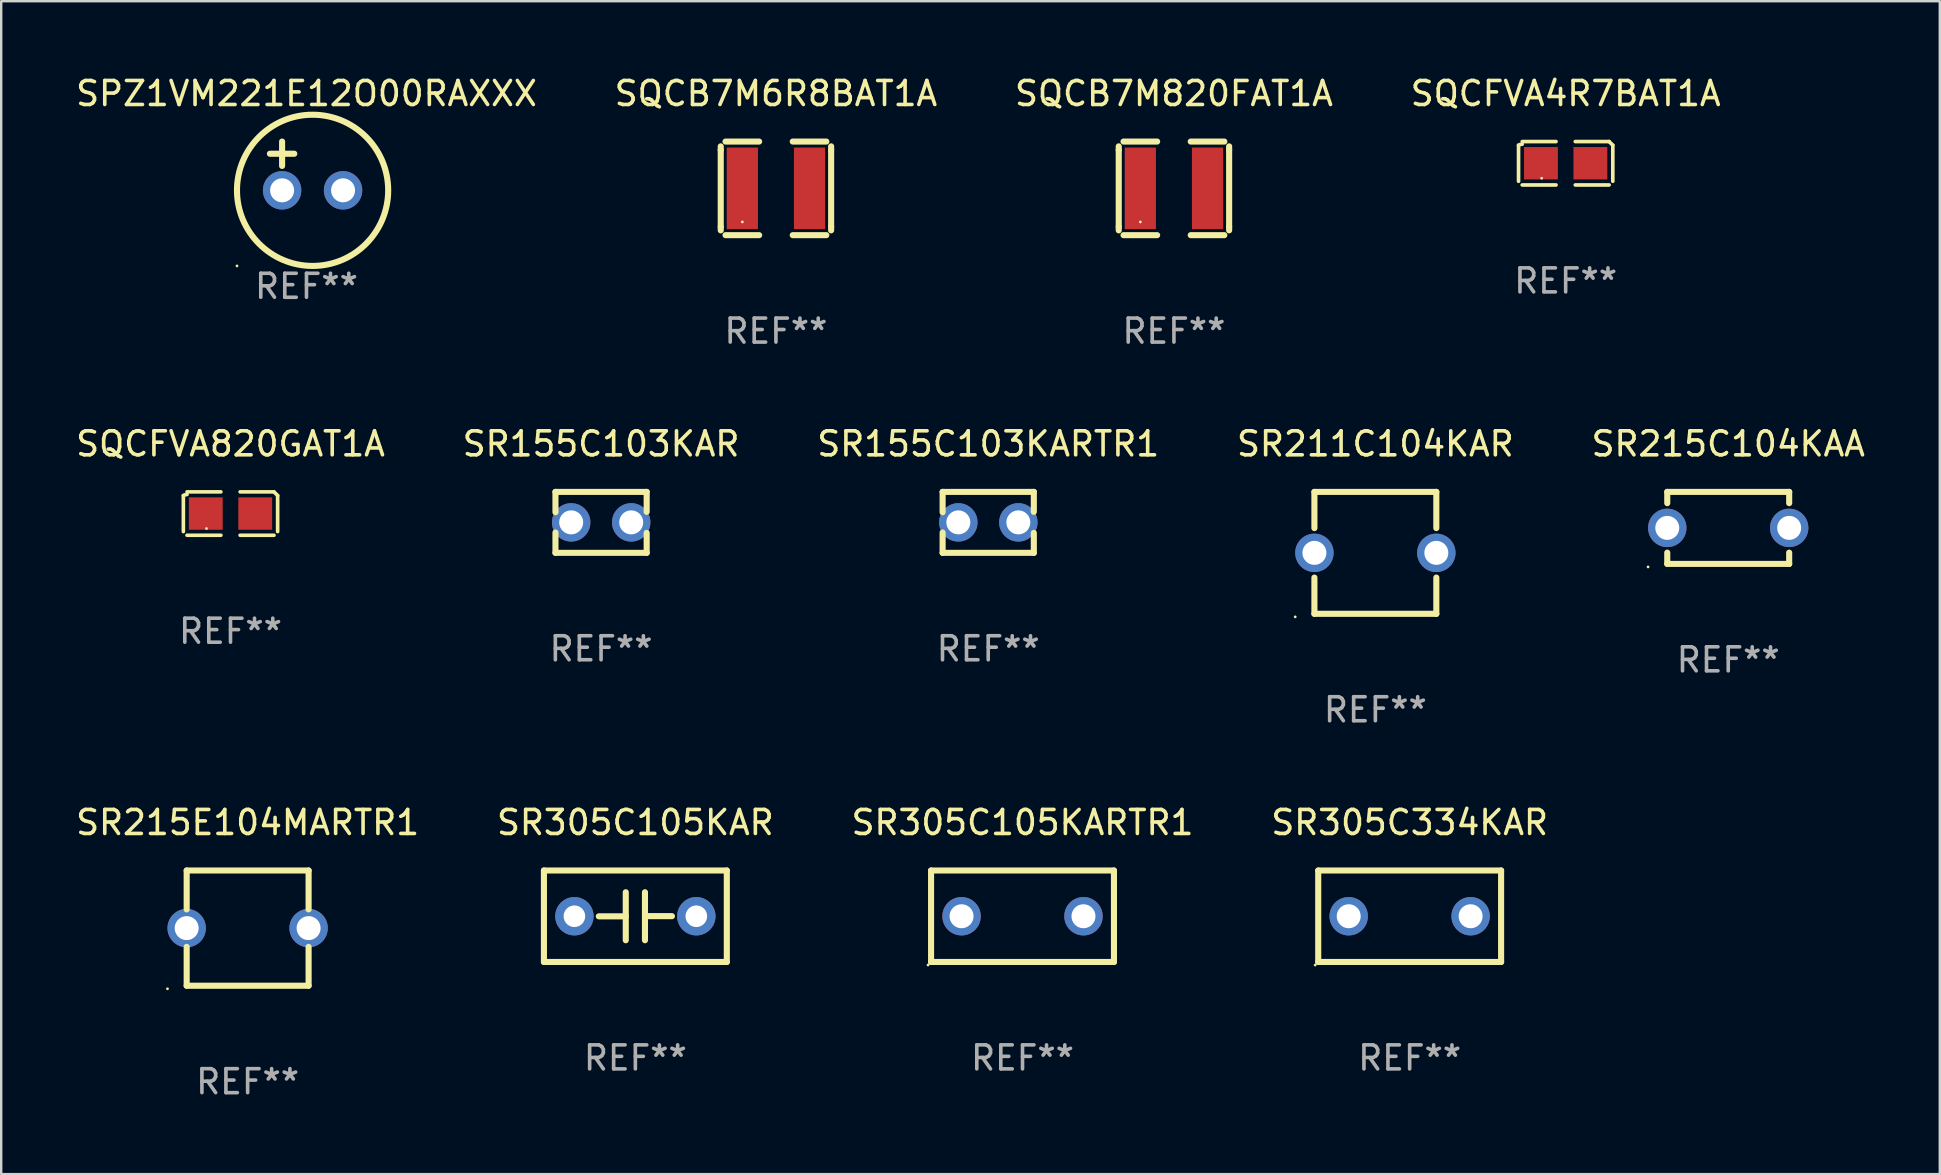
<source format=kicad_pcb>
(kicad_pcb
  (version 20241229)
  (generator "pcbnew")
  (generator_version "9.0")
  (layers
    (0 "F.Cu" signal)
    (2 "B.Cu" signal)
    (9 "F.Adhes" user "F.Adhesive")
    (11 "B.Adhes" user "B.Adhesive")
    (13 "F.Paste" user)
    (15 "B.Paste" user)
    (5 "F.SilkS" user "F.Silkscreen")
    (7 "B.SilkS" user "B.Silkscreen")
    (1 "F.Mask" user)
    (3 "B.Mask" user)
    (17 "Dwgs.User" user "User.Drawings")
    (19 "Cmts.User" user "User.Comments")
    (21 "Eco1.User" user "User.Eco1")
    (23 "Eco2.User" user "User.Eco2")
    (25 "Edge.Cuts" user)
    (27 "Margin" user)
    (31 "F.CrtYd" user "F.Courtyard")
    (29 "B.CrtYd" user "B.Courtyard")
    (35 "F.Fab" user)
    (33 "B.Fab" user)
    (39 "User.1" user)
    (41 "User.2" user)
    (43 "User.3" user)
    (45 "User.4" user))
  (footprint "SQCFVA4R7BAT1A"
    (layer "F.Cu")
    (at 62.185 3.752)
    (property "Reference" "SQCFVA4R7BAT1A" (at 0 -2.904 0) (layer "F.SilkS") (effects (font (size 1 1) (thickness 0.15))))
    (attr through_hole)
    (fp_line (start -1.964 0.751) (end -1.964 -0.751) (stroke (width 0.152) (type solid)) (layer "F.SilkS"))
    (fp_line (start -1.811 -0.904) (end -0.401 -0.904) (stroke (width 0.152) (type solid)) (layer "F.SilkS"))
    (fp_line (start -0.401 0.904) (end -1.811 0.904) (stroke (width 0.152) (type solid)) (layer "F.SilkS"))
    (fp_line (start 0.401 0.904) (end 1.811 0.904) (stroke (width 0.152) (type solid)) (layer "F.SilkS"))
    (fp_line (start 1.811 -0.904) (end 0.401 -0.904) (stroke (width 0.152) (type solid)) (layer "F.SilkS"))
    (fp_line (start 1.964 0.751) (end 1.964 -0.751) (stroke (width 0.152) (type solid)) (layer "F.SilkS"))
    (fp_arc (start -1.963602 -0.751207) (mid -1.890354 -0.783131) (end -1.811201 -0.794044) (stroke (width 0.1524) (type solid)) (layer "F.SilkS"))
    (fp_arc (start 1.811202 -0.903607) (mid 1.887413 -0.827418) (end 1.963602 -0.751207) (stroke (width 0.1524) (type solid)) (layer "F.SilkS"))
    (fp_circle (center -1 0.625) (end -0.97 0.625) (stroke (width 0.06) (type solid)) (fill no) (layer "F.SilkS"))
    (fp_text user "REF**" (at 0 4.904 0) (layer "F.Fab") (effects (font (size 1 1) (thickness 0.15))))
    (pad "1" smd rect (at -1.03 0) (size 1.41 1.35) (layers "F.Cu" "F.Mask" "F.Paste"))
    (pad "2" smd rect (at 1.03 0) (size 1.41 1.35) (layers "F.Cu" "F.Mask" "F.Paste")))
  (footprint "SR155C103KARTR1"
    (layer "F.Cu")
    (at 38.125 18.715)
    (property "Reference" "SR155C103KARTR1" (at 0 -3.27 0) (layer "F.SilkS") (effects (font (size 1 1) (thickness 0.15))))
    (attr through_hole)
    (fp_line (start -1.9 -1.27) (end -1.9 -0.423) (stroke (width 0.254) (type solid)) (layer "F.SilkS"))
    (fp_line (start -1.9 -1.27) (end 1.9 -1.27) (stroke (width 0.254) (type solid)) (layer "F.SilkS"))
    (fp_line (start -1.9 0.423) (end -1.9 1.27) (stroke (width 0.254) (type solid)) (layer "F.SilkS"))
    (fp_line (start -1.9 1.27) (end 1.9 1.27) (stroke (width 0.254) (type solid)) (layer "F.SilkS"))
    (fp_line (start 1.9 -1.27) (end 1.9 -0.439) (stroke (width 0.254) (type solid)) (layer "F.SilkS"))
    (fp_line (start 1.9 0.439) (end 1.9 1.27) (stroke (width 0.254) (type solid)) (layer "F.SilkS"))
    (fp_circle (center -1.895 1.25) (end -1.865 1.25) (stroke (width 0.06) (type solid)) (fill no) (layer "F.SilkS"))
    (fp_text user "REF**" (at 0 5.27 0) (layer "F.Fab") (effects (font (size 1 1) (thickness 0.15))))
    (pad "1" thru_hole circle (at -1.245 0) (size 1.6 1.6) (drill 1) (layers "*.Cu" "*.Mask"))
    (pad "2" thru_hole circle (at 1.255 0) (size 1.6 1.6) (drill 1) (layers "*.Cu" "*.Mask")))
  (footprint "SR305C105KAR"
    (layer "F.Cu")
    (at 23.423 35.126)
    (property "Reference" "SR305C105KAR" (at 0 -3.905 0) (layer "F.SilkS") (effects (font (size 1 1) (thickness 0.15))))
    (attr through_hole)
    (fp_line (start -3.81 -1.905) (end 3.81 -1.905) (stroke (width 0.254) (type solid)) (layer "F.SilkS"))
    (fp_line (start -3.81 1.905) (end -3.81 -1.905) (stroke (width 0.254) (type solid)) (layer "F.SilkS"))
    (fp_line (start -0.4 -1) (end -0.4 1) (stroke (width 0.254) (type solid)) (layer "F.SilkS"))
    (fp_line (start -0.4 0.004) (end -1.524 0.004) (stroke (width 0.254) (type solid)) (layer "F.SilkS"))
    (fp_line (start 0.4 -0.004) (end 1.524 -0.004) (stroke (width 0.254) (type solid)) (layer "F.SilkS"))
    (fp_line (start 0.4 1) (end 0.4 -1) (stroke (width 0.254) (type solid)) (layer "F.SilkS"))
    (fp_line (start 3.81 -1.905) (end 3.81 1.905) (stroke (width 0.254) (type solid)) (layer "F.SilkS"))
    (fp_line (start 3.81 1.905) (end -3.81 1.905) (stroke (width 0.254) (type solid)) (layer "F.SilkS"))
    (fp_circle (center -3.8 1.9) (end -3.77 1.9) (stroke (width 0.06) (type solid)) (fill no) (layer "F.SilkS"))
    (fp_text user "REF**" (at 0 5.905 0) (layer "F.Fab") (effects (font (size 1 1) (thickness 0.15))))
    (pad "1" thru_hole circle (at -2.54 0) (size 1.6 1.6) (drill 0.9) (layers "*.Cu" "*.Mask"))
    (pad "2" thru_hole circle (at 2.54 0) (size 1.6 1.6) (drill 0.9) (layers "*.Cu" "*.Mask")))
  (footprint "SQCB7M6R8BAT1A"
    (layer "F.Cu")
    (at 29.28 4.798)
    (property "Reference" "SQCB7M6R8BAT1A" (at 0 -3.95 0) (layer "F.SilkS") (effects (font (size 1 1) (thickness 0.15))))
    (attr through_hole)
    (fp_line (start -2.3 -1.75) (end -2.3 -1.6) (stroke (width 0.254) (type solid)) (layer "F.SilkS"))
    (fp_line (start -2.3 -1.6) (end -2.3 1.6) (stroke (width 0.254) (type solid)) (layer "F.SilkS"))
    (fp_line (start -2.3 1.75) (end -2.3 1.6) (stroke (width 0.254) (type solid)) (layer "F.SilkS"))
    (fp_line (start -0.7 -1.95) (end -2.1 -1.95) (stroke (width 0.254) (type solid)) (layer "F.SilkS"))
    (fp_line (start -0.7 1.95) (end -2.1 1.95) (stroke (width 0.254) (type solid)) (layer "F.SilkS"))
    (fp_line (start 0.7 -1.95) (end 2.1 -1.95) (stroke (width 0.254) (type solid)) (layer "F.SilkS"))
    (fp_line (start 0.7 1.95) (end 2.1 1.95) (stroke (width 0.254) (type solid)) (layer "F.SilkS"))
    (fp_line (start 2.3 1.75) (end 2.3 1.6) (stroke (width 0.254) (type solid)) (layer "F.SilkS"))
    (fp_line (start 2.3 -1.75) (end 2.3 -1.6) (stroke (width 0.254) (type solid)) (layer "F.SilkS"))
    (fp_line (start 2.3 -1.6) (end 2.3 1.6) (stroke (width 0.254) (type solid)) (layer "F.SilkS"))
    (fp_circle (center -1.4 1.4) (end -1.37 1.4) (stroke (width 0.06) (type solid)) (fill no) (layer "F.SilkS"))
    (fp_text user "REF**" (at 0 5.95 0) (layer "F.Fab") (effects (font (size 1 1) (thickness 0.15))))
    (pad "1" smd rect (at -1.4 0 90) (size 3.4 1.3) (layers "F.Cu" "F.Mask" "F.Paste"))
    (pad "2" smd rect (at 1.4 0 90) (size 3.4 1.3) (layers "F.Cu" "F.Mask" "F.Paste")))
  (footprint "SR155C103KAR"
    (layer "F.Cu")
    (at 21.994 18.715)
    (property "Reference" "SR155C103KAR" (at 0 -3.27 0) (layer "F.SilkS") (effects (font (size 1 1) (thickness 0.15))))
    (attr through_hole)
    (fp_line (start -1.9 -1.27) (end -1.9 -0.423) (stroke (width 0.254) (type solid)) (layer "F.SilkS"))
    (fp_line (start -1.9 -1.27) (end 1.9 -1.27) (stroke (width 0.254) (type solid)) (layer "F.SilkS"))
    (fp_line (start -1.9 0.423) (end -1.9 1.27) (stroke (width 0.254) (type solid)) (layer "F.SilkS"))
    (fp_line (start -1.9 1.27) (end 1.9 1.27) (stroke (width 0.254) (type solid)) (layer "F.SilkS"))
    (fp_line (start 1.9 -1.27) (end 1.9 -0.439) (stroke (width 0.254) (type solid)) (layer "F.SilkS"))
    (fp_line (start 1.9 0.439) (end 1.9 1.27) (stroke (width 0.254) (type solid)) (layer "F.SilkS"))
    (fp_circle (center -1.895 1.25) (end -1.865 1.25) (stroke (width 0.06) (type solid)) (fill no) (layer "F.SilkS"))
    (fp_text user "REF**" (at 0 5.27 0) (layer "F.Fab") (effects (font (size 1 1) (thickness 0.15))))
    (pad "1" thru_hole circle (at -1.245 0) (size 1.6 1.6) (drill 1) (layers "*.Cu" "*.Mask"))
    (pad "2" thru_hole circle (at 1.255 0) (size 1.6 1.6) (drill 1) (layers "*.Cu" "*.Mask")))
  (footprint "SR215C104KAA"
    (layer "F.Cu")
    (at 68.958 18.945)
    (property "Reference" "SR215C104KAA" (at 0 -3.5 0) (layer "F.SilkS") (effects (font (size 1 1) (thickness 0.15))))
    (attr through_hole)
    (fp_line (start -2.54 -1.5) (end -2.54 -1.031) (stroke (width 0.254) (type solid)) (layer "F.SilkS"))
    (fp_line (start -2.54 -1.5) (end 2.54 -1.5) (stroke (width 0.254) (type solid)) (layer "F.SilkS"))
    (fp_line (start -2.54 1.031) (end -2.54 1.5) (stroke (width 0.254) (type solid)) (layer "F.SilkS"))
    (fp_line (start -2.54 1.5) (end 2.54 1.5) (stroke (width 0.254) (type solid)) (layer "F.SilkS"))
    (fp_line (start 2.54 -1.5) (end 2.54 -1.031) (stroke (width 0.254) (type solid)) (layer "F.SilkS"))
    (fp_line (start 2.54 1.031) (end 2.54 1.5) (stroke (width 0.254) (type solid)) (layer "F.SilkS"))
    (fp_circle (center -3.34 1.627) (end -3.31 1.627) (stroke (width 0.06) (type solid)) (fill no) (layer "F.SilkS"))
    (fp_text user "REF**" (at 0 5.5 0) (layer "F.Fab") (effects (font (size 1 1) (thickness 0.15))))
    (pad "1" thru_hole circle (at -2.54 0) (size 1.6 1.6) (drill 1) (layers "*.Cu" "*.Mask"))
    (pad "2" thru_hole circle (at 2.54 0) (size 1.6 1.6) (drill 1) (layers "*.Cu" "*.Mask")))
  (footprint "SQCB7M820FAT1A"
    (layer "F.Cu")
    (at 45.863 4.798)
    (property "Reference" "SQCB7M820FAT1A" (at 0 -3.95 0) (layer "F.SilkS") (effects (font (size 1 1) (thickness 0.15))))
    (attr through_hole)
    (fp_line (start -2.3 -1.75) (end -2.3 -1.6) (stroke (width 0.254) (type solid)) (layer "F.SilkS"))
    (fp_line (start -2.3 -1.6) (end -2.3 1.6) (stroke (width 0.254) (type solid)) (layer "F.SilkS"))
    (fp_line (start -2.3 1.75) (end -2.3 1.6) (stroke (width 0.254) (type solid)) (layer "F.SilkS"))
    (fp_line (start -0.7 -1.95) (end -2.1 -1.95) (stroke (width 0.254) (type solid)) (layer "F.SilkS"))
    (fp_line (start -0.7 1.95) (end -2.1 1.95) (stroke (width 0.254) (type solid)) (layer "F.SilkS"))
    (fp_line (start 0.7 -1.95) (end 2.1 -1.95) (stroke (width 0.254) (type solid)) (layer "F.SilkS"))
    (fp_line (start 0.7 1.95) (end 2.1 1.95) (stroke (width 0.254) (type solid)) (layer "F.SilkS"))
    (fp_line (start 2.3 1.75) (end 2.3 1.6) (stroke (width 0.254) (type solid)) (layer "F.SilkS"))
    (fp_line (start 2.3 -1.75) (end 2.3 -1.6) (stroke (width 0.254) (type solid)) (layer "F.SilkS"))
    (fp_line (start 2.3 -1.6) (end 2.3 1.6) (stroke (width 0.254) (type solid)) (layer "F.SilkS"))
    (fp_circle (center -1.4 1.4) (end -1.37 1.4) (stroke (width 0.06) (type solid)) (fill no) (layer "F.SilkS"))
    (fp_text user "REF**" (at 0 5.95 0) (layer "F.Fab") (effects (font (size 1 1) (thickness 0.15))))
    (pad "1" smd rect (at -1.4 0 90) (size 3.4 1.3) (layers "F.Cu" "F.Mask" "F.Paste"))
    (pad "2" smd rect (at 1.4 0 90) (size 3.4 1.3) (layers "F.Cu" "F.Mask" "F.Paste")))
  (footprint "SR305C334KAR"
    (layer "F.Cu")
    (at 55.685 35.126)
    (property "Reference" "SR305C334KAR" (at 0 -3.905 0) (layer "F.SilkS") (effects (font (size 1 1) (thickness 0.15))))
    (attr through_hole)
    (fp_line (start -3.81 -1.905) (end 3.81 -1.905) (stroke (width 0.254) (type solid)) (layer "F.SilkS"))
    (fp_line (start -3.81 1.905) (end -3.81 -1.905) (stroke (width 0.254) (type solid)) (layer "F.SilkS"))
    (fp_line (start 3.81 -1.905) (end 3.81 1.905) (stroke (width 0.254) (type solid)) (layer "F.SilkS"))
    (fp_line (start 3.81 1.905) (end -3.81 1.905) (stroke (width 0.254) (type solid)) (layer "F.SilkS"))
    (fp_circle (center -3.937 2.032) (end -3.907 2.032) (stroke (width 0.06) (type solid)) (fill no) (layer "F.SilkS"))
    (fp_text user "REF**" (at 0 5.905 0) (layer "F.Fab") (effects (font (size 1 1) (thickness 0.15))))
    (pad "1" thru_hole circle (at -2.54 0) (size 1.6 1.6) (drill 1) (layers "*.Cu" "*.Mask"))
    (pad "2" thru_hole circle (at 2.54 0) (size 1.6 1.6) (drill 1) (layers "*.Cu" "*.Mask")))
  (footprint "SR211C104KAR"
    (layer "F.Cu")
    (at 54.256 19.985)
    (property "Reference" "SR211C104KAR" (at 0 -4.54 0) (layer "F.SilkS") (effects (font (size 1 1) (thickness 0.15))))
    (attr through_hole)
    (fp_line (start -2.54 -2.54) (end 2.54 -2.54) (stroke (width 0.254) (type solid)) (layer "F.SilkS"))
    (fp_line (start -2.54 -1.031) (end -2.54 -2.54) (stroke (width 0.254) (type solid)) (layer "F.SilkS"))
    (fp_line (start -2.54 2.54) (end -2.54 1.031) (stroke (width 0.254) (type solid)) (layer "F.SilkS"))
    (fp_line (start 2.54 -2.54) (end 2.54 -1.031) (stroke (width 0.254) (type solid)) (layer "F.SilkS"))
    (fp_line (start 2.54 1.031) (end 2.54 2.54) (stroke (width 0.254) (type solid)) (layer "F.SilkS"))
    (fp_line (start 2.54 2.54) (end -2.54 2.54) (stroke (width 0.254) (type solid)) (layer "F.SilkS"))
    (fp_circle (center -3.34 2.667) (end -3.31 2.667) (stroke (width 0.06) (type solid)) (fill no) (layer "F.SilkS"))
    (fp_text user "REF**" (at 0 6.54 0) (layer "F.Fab") (effects (font (size 1 1) (thickness 0.15))))
    (pad "1" thru_hole circle (at -2.54 0) (size 1.6 1.6) (drill 1) (layers "*.Cu" "*.Mask"))
    (pad "2" thru_hole circle (at 2.54 0) (size 1.6 1.6) (drill 1) (layers "*.Cu" "*.Mask")))
  (footprint "SR215E104MARTR1"
    (layer "F.Cu")
    (at 7.268 35.621)
    (property "Reference" "SR215E104MARTR1" (at 0 -4.4 0) (layer "F.SilkS") (effects (font (size 1 1) (thickness 0.15))))
    (attr through_hole)
    (fp_line (start -2.54 -2.4) (end -2.54 -0.781) (stroke (width 0.254) (type solid)) (layer "F.SilkS"))
    (fp_line (start -2.54 -2.4) (end 2.54 -2.4) (stroke (width 0.254) (type solid)) (layer "F.SilkS"))
    (fp_line (start -2.54 0.781) (end -2.54 2.4) (stroke (width 0.254) (type solid)) (layer "F.SilkS"))
    (fp_line (start -2.54 2.4) (end 2.54 2.4) (stroke (width 0.254) (type solid)) (layer "F.SilkS"))
    (fp_line (start 2.54 -2.4) (end 2.54 -0.781) (stroke (width 0.254) (type solid)) (layer "F.SilkS"))
    (fp_line (start 2.54 0.781) (end 2.54 2.4) (stroke (width 0.254) (type solid)) (layer "F.SilkS"))
    (fp_circle (center -3.34 2.527) (end -3.31 2.527) (stroke (width 0.06) (type solid)) (fill no) (layer "F.SilkS"))
    (fp_text user "REF**" (at 0 6.4 0) (layer "F.Fab") (effects (font (size 1 1) (thickness 0.15))))
    (pad "1" thru_hole circle (at -2.54 0) (size 1.6 1.6) (drill 1) (layers "*.Cu" "*.Mask"))
    (pad "2" thru_hole circle (at 2.54 0) (size 1.6 1.6) (drill 1) (layers "*.Cu" "*.Mask")))
  (footprint "SPZ1VM221E12O00RAXXX"
    (layer "F.Cu")
    (at 9.72 3.864)
    (property "Reference" "SPZ1VM221E12O00RAXXX" (at 0 -3.016 0) (layer "F.SilkS") (effects (font (size 1 1) (thickness 0.15))))
    (attr through_hole)
    (fp_line (start -1.524 -0.508) (end -0.508 -0.508) (stroke (width 0.254) (type solid)) (layer "F.SilkS"))
    (fp_line (start -1.016 -1.016) (end -1.016 0) (stroke (width 0.254) (type solid)) (layer "F.SilkS"))
    (fp_circle (center -2.896 4.166) (end -2.866 4.166) (stroke (width 0.06) (type solid)) (fill no) (layer "F.SilkS"))
    (fp_circle (center 0.254 1.016) (end 3.404 1.016) (stroke (width 0.254) (type solid)) (fill no) (layer "F.SilkS"))
    (fp_text user "REF**" (at 0 5.016 0) (layer "F.Fab") (effects (font (size 1 1) (thickness 0.15))))
    (pad "1" thru_hole circle (at -1.016 1.016) (size 1.6 1.6) (drill 1) (layers "*.Cu" "*.Mask"))
    (pad "2" thru_hole circle (at 1.524 1.016) (size 1.6 1.6) (drill 1) (layers "*.Cu" "*.Mask")))
  (footprint "SR305C105KARTR1"
    (layer "F.Cu")
    (at 39.554 35.126)
    (property "Reference" "SR305C105KARTR1" (at 0 -3.905 0) (layer "F.SilkS") (effects (font (size 1 1) (thickness 0.15))))
    (attr through_hole)
    (fp_line (start -3.81 -1.905) (end 3.81 -1.905) (stroke (width 0.254) (type solid)) (layer "F.SilkS"))
    (fp_line (start -3.81 1.905) (end -3.81 -1.905) (stroke (width 0.254) (type solid)) (layer "F.SilkS"))
    (fp_line (start 3.81 -1.905) (end 3.81 1.905) (stroke (width 0.254) (type solid)) (layer "F.SilkS"))
    (fp_line (start 3.81 1.905) (end -3.81 1.905) (stroke (width 0.254) (type solid)) (layer "F.SilkS"))
    (fp_circle (center -3.937 2.032) (end -3.907 2.032) (stroke (width 0.06) (type solid)) (fill no) (layer "F.SilkS"))
    (fp_text user "REF**" (at 0 5.905 0) (layer "F.Fab") (effects (font (size 1 1) (thickness 0.15))))
    (pad "1" thru_hole circle (at -2.54 0) (size 1.6 1.6) (drill 1) (layers "*.Cu" "*.Mask"))
    (pad "2" thru_hole circle (at 2.54 0) (size 1.6 1.6) (drill 1) (layers "*.Cu" "*.Mask")))
  (footprint "SQCFVA820GAT1A"
    (layer "F.Cu")
    (at 6.554 18.348)
    (property "Reference" "SQCFVA820GAT1A" (at 0 -2.904 0) (layer "F.SilkS") (effects (font (size 1 1) (thickness 0.15))))
    (attr through_hole)
    (fp_line (start -1.964 0.751) (end -1.964 -0.751) (stroke (width 0.152) (type solid)) (layer "F.SilkS"))
    (fp_line (start -1.811 -0.904) (end -0.401 -0.904) (stroke (width 0.152) (type solid)) (layer "F.SilkS"))
    (fp_line (start -0.401 0.904) (end -1.811 0.904) (stroke (width 0.152) (type solid)) (layer "F.SilkS"))
    (fp_line (start 0.401 0.904) (end 1.811 0.904) (stroke (width 0.152) (type solid)) (layer "F.SilkS"))
    (fp_line (start 1.811 -0.904) (end 0.401 -0.904) (stroke (width 0.152) (type solid)) (layer "F.SilkS"))
    (fp_line (start 1.964 0.751) (end 1.964 -0.751) (stroke (width 0.152) (type solid)) (layer "F.SilkS"))
    (fp_arc (start -1.963602 -0.751207) (mid -1.890354 -0.783131) (end -1.811201 -0.794044) (stroke (width 0.1524) (type solid)) (layer "F.SilkS"))
    (fp_arc (start 1.811202 -0.903607) (mid 1.887413 -0.827418) (end 1.963602 -0.751207) (stroke (width 0.1524) (type solid)) (layer "F.SilkS"))
    (fp_circle (center -1 0.625) (end -0.97 0.625) (stroke (width 0.06) (type solid)) (fill no) (layer "F.SilkS"))
    (fp_text user "REF**" (at 0 4.904 0) (layer "F.Fab") (effects (font (size 1 1) (thickness 0.15))))
    (pad "1" smd rect (at -1.03 0) (size 1.41 1.35) (layers "F.Cu" "F.Mask" "F.Paste"))
    (pad "2" smd rect (at 1.03 0) (size 1.41 1.35) (layers "F.Cu" "F.Mask" "F.Paste")))
  (gr_rect
    (start -3 -3)
    (end 77.774 45.87)
    (stroke (width 0.1) (type default))
    (fill no)
    (layer "Edge.Cuts")))
</source>
